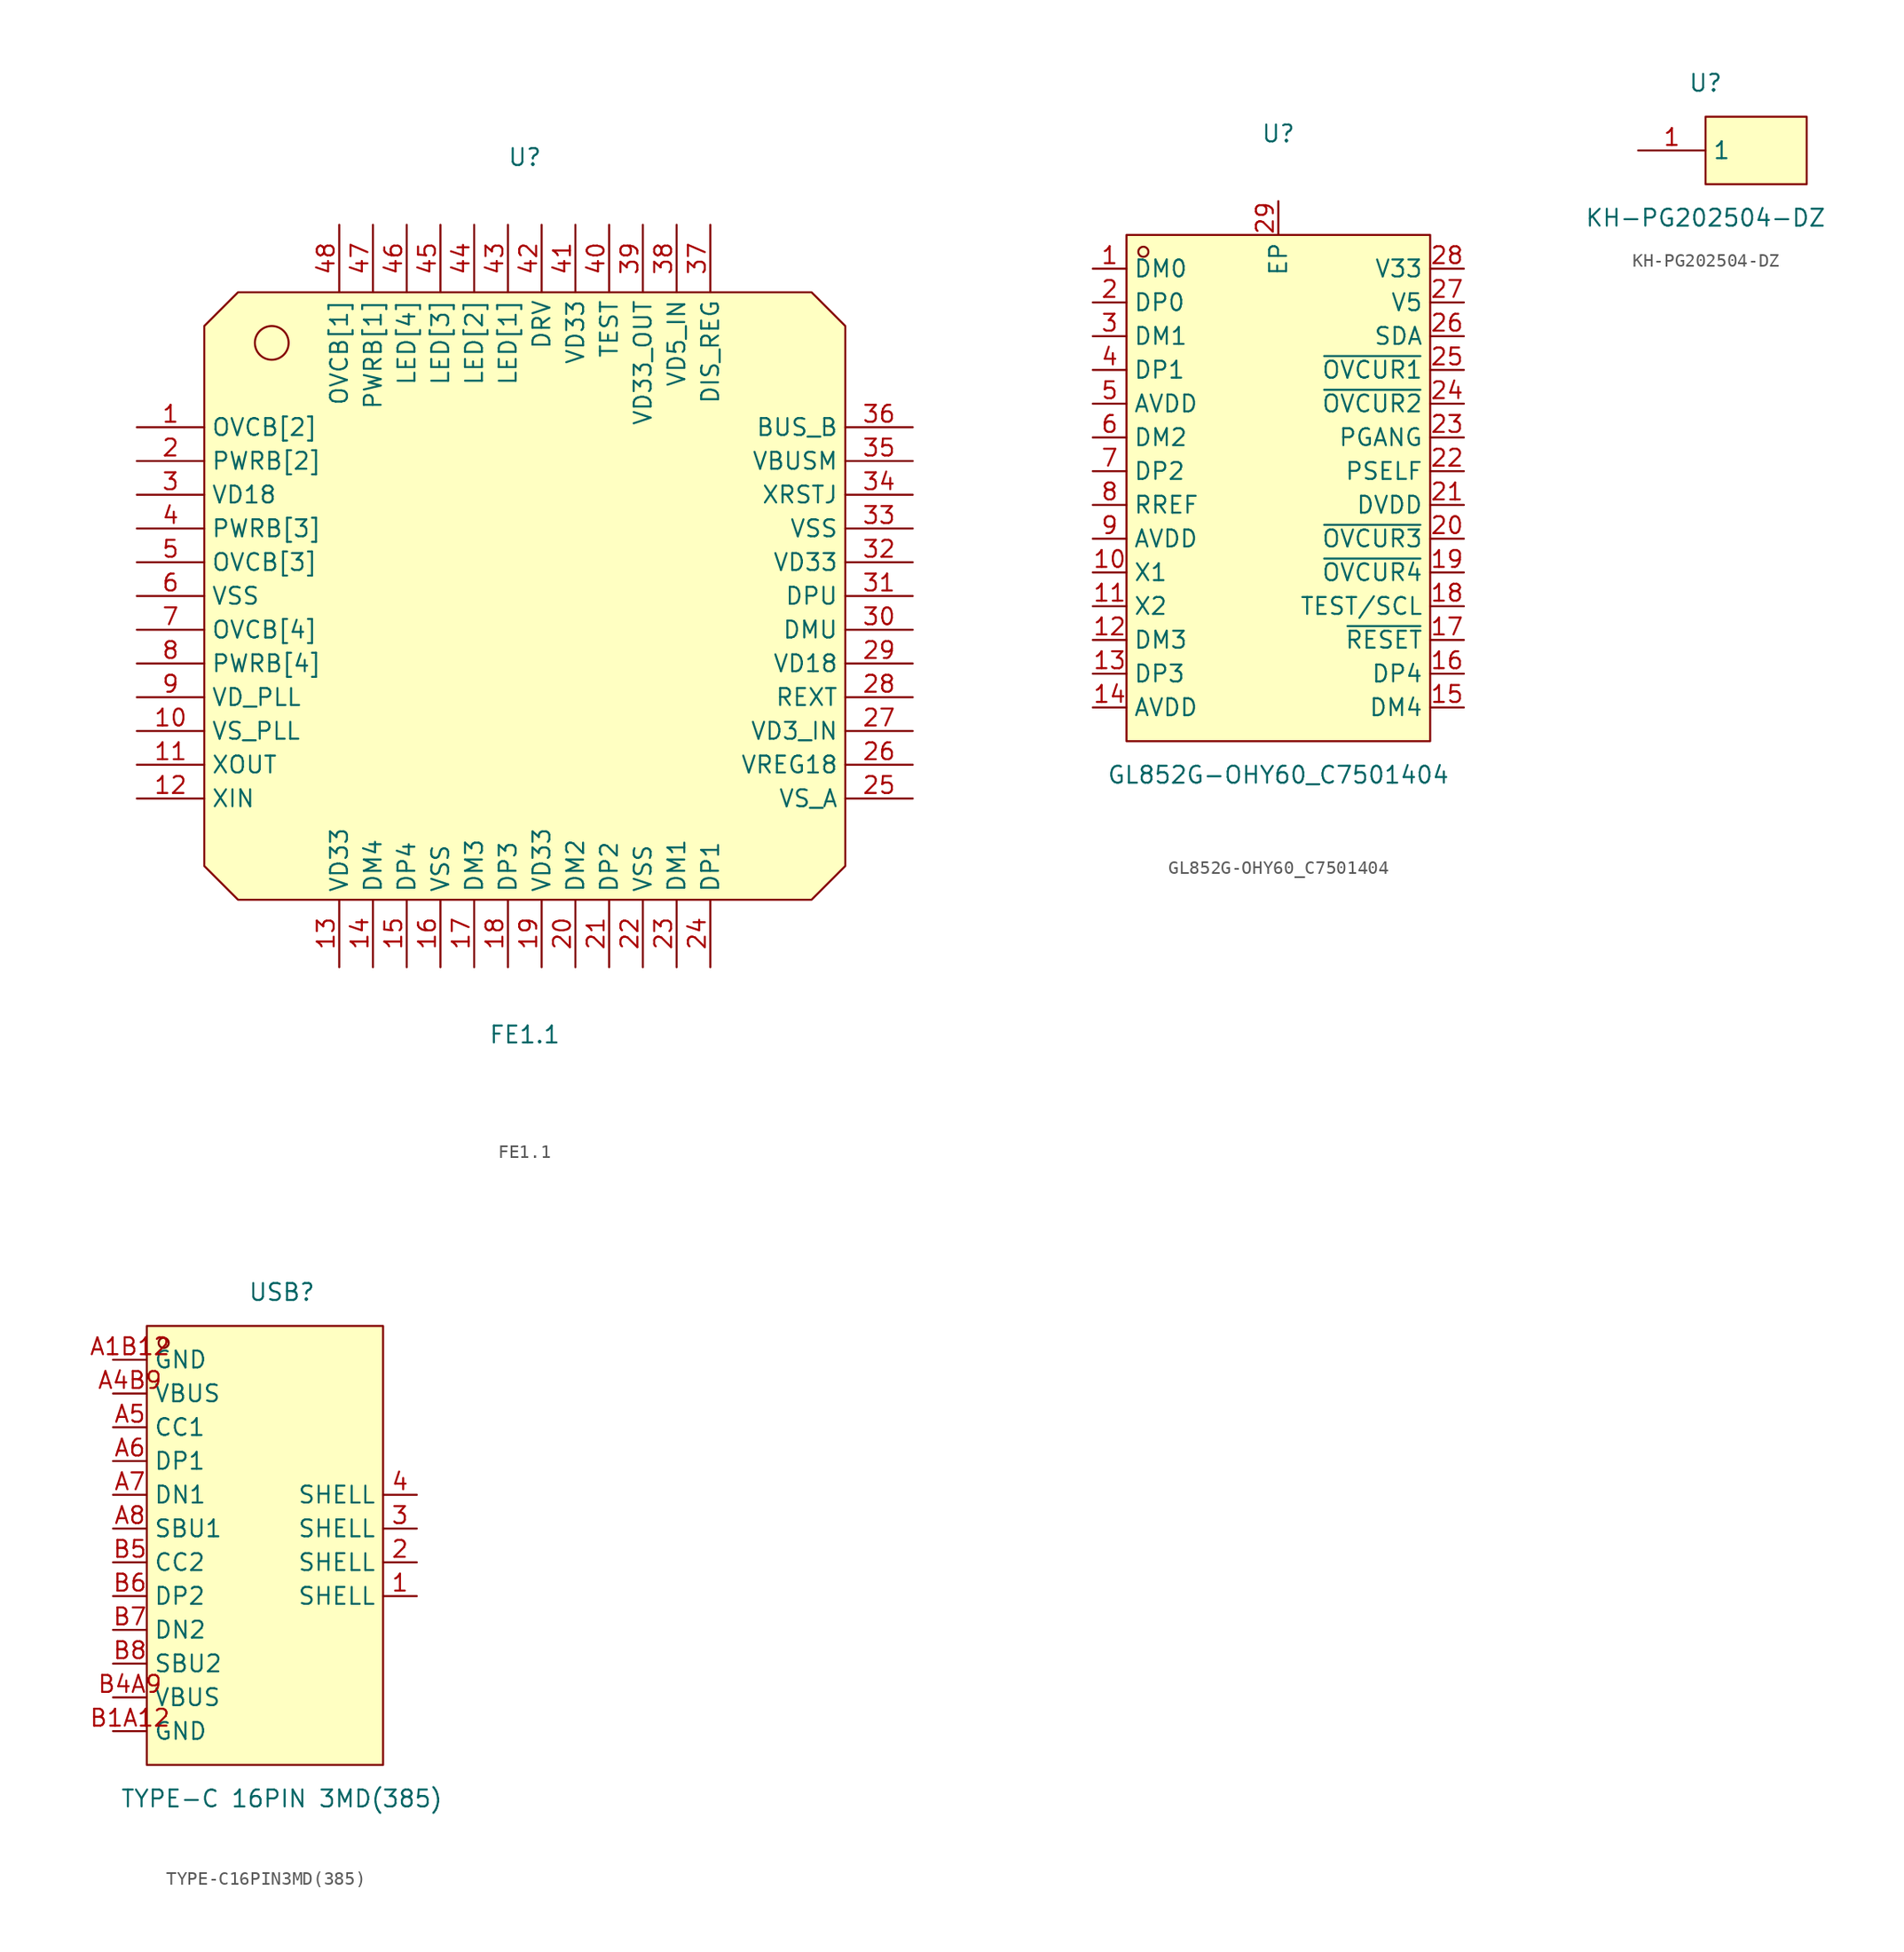
<source format=kicad_sym>
(kicad_symbol_lib
  (version 20211014)
  (generator https://github.com/uPesy/easyeda2kicad.py)
  (symbol "FE1.1"
    (property "Reference" "U"
      (at 0 33.02 0)
      (effects (font (size 1.27 1.27))))
    (property "Value" "FE1.1"
      (at 0 -33.02 0)
      (effects (font (size 1.27 1.27))))
    (symbol "FE1.1_0_1"
      (circle (center -19.05 19.05) (radius 1.27) (stroke (width 0) (type default) (color 0 0 0 0)) (fill (type none)))
      (polyline (pts (xy -21.59 22.86) (xy 21.59 22.86) (xy 24.13 20.32) (xy 24.13 -20.32) (xy 21.59 -22.86) (xy -21.59 -22.86) (xy -24.13 -20.32) (xy -24.13 20.32) (xy -21.59 22.86)) (stroke (width 0) (type default) (color 0 0 0 0)) (fill (type background)))
      (pin unspecified line (at -29.21 12.70 0) (length 5.08) (name "OVCB[2]" (effects (font (size 1.27 1.27)))) (number "1" (effects (font (size 1.27 1.27)))))
      (pin unspecified line (at -29.21 10.16 0) (length 5.08) (name "PWRB[2]" (effects (font (size 1.27 1.27)))) (number "2" (effects (font (size 1.27 1.27)))))
      (pin unspecified line (at -29.21 7.62 0) (length 5.08) (name "VD18" (effects (font (size 1.27 1.27)))) (number "3" (effects (font (size 1.27 1.27)))))
      (pin unspecified line (at -29.21 5.08 0) (length 5.08) (name "PWRB[3]" (effects (font (size 1.27 1.27)))) (number "4" (effects (font (size 1.27 1.27)))))
      (pin unspecified line (at -29.21 2.54 0) (length 5.08) (name "OVCB[3]" (effects (font (size 1.27 1.27)))) (number "5" (effects (font (size 1.27 1.27)))))
      (pin unspecified line (at -29.21 -0.00 0) (length 5.08) (name "VSS" (effects (font (size 1.27 1.27)))) (number "6" (effects (font (size 1.27 1.27)))))
      (pin unspecified line (at -29.21 -2.54 0) (length 5.08) (name "OVCB[4]" (effects (font (size 1.27 1.27)))) (number "7" (effects (font (size 1.27 1.27)))))
      (pin unspecified line (at -29.21 -5.08 0) (length 5.08) (name "PWRB[4]" (effects (font (size 1.27 1.27)))) (number "8" (effects (font (size 1.27 1.27)))))
      (pin unspecified line (at -29.21 -7.62 0) (length 5.08) (name "VD_PLL" (effects (font (size 1.27 1.27)))) (number "9" (effects (font (size 1.27 1.27)))))
      (pin unspecified line (at -29.21 -10.16 0) (length 5.08) (name "VS_PLL" (effects (font (size 1.27 1.27)))) (number "10" (effects (font (size 1.27 1.27)))))
      (pin unspecified line (at -29.21 -12.70 0) (length 5.08) (name "XOUT" (effects (font (size 1.27 1.27)))) (number "11" (effects (font (size 1.27 1.27)))))
      (pin unspecified line (at -29.21 -15.24 0) (length 5.08) (name "XIN" (effects (font (size 1.27 1.27)))) (number "12" (effects (font (size 1.27 1.27)))))
      (pin unspecified line (at -13.97 -27.94 90) (length 5.08) (name "VD33" (effects (font (size 1.27 1.27)))) (number "13" (effects (font (size 1.27 1.27)))))
      (pin unspecified line (at -11.43 -27.94 90) (length 5.08) (name "DM4" (effects (font (size 1.27 1.27)))) (number "14" (effects (font (size 1.27 1.27)))))
      (pin unspecified line (at -8.89 -27.94 90) (length 5.08) (name "DP4" (effects (font (size 1.27 1.27)))) (number "15" (effects (font (size 1.27 1.27)))))
      (pin unspecified line (at -6.35 -27.94 90) (length 5.08) (name "VSS" (effects (font (size 1.27 1.27)))) (number "16" (effects (font (size 1.27 1.27)))))
      (pin unspecified line (at -3.81 -27.94 90) (length 5.08) (name "DM3" (effects (font (size 1.27 1.27)))) (number "17" (effects (font (size 1.27 1.27)))))
      (pin unspecified line (at -1.27 -27.94 90) (length 5.08) (name "DP3" (effects (font (size 1.27 1.27)))) (number "18" (effects (font (size 1.27 1.27)))))
      (pin unspecified line (at 1.27 -27.94 90) (length 5.08) (name "VD33" (effects (font (size 1.27 1.27)))) (number "19" (effects (font (size 1.27 1.27)))))
      (pin unspecified line (at 3.81 -27.94 90) (length 5.08) (name "DM2" (effects (font (size 1.27 1.27)))) (number "20" (effects (font (size 1.27 1.27)))))
      (pin unspecified line (at 6.35 -27.94 90) (length 5.08) (name "DP2" (effects (font (size 1.27 1.27)))) (number "21" (effects (font (size 1.27 1.27)))))
      (pin unspecified line (at 8.89 -27.94 90) (length 5.08) (name "VSS" (effects (font (size 1.27 1.27)))) (number "22" (effects (font (size 1.27 1.27)))))
      (pin unspecified line (at 11.43 -27.94 90) (length 5.08) (name "DM1" (effects (font (size 1.27 1.27)))) (number "23" (effects (font (size 1.27 1.27)))))
      (pin unspecified line (at 13.97 -27.94 90) (length 5.08) (name "DP1" (effects (font (size 1.27 1.27)))) (number "24" (effects (font (size 1.27 1.27)))))
      (pin unspecified line (at 29.21 -15.24 180) (length 5.08) (name "VS_A" (effects (font (size 1.27 1.27)))) (number "25" (effects (font (size 1.27 1.27)))))
      (pin unspecified line (at 29.21 -12.70 180) (length 5.08) (name "VREG18" (effects (font (size 1.27 1.27)))) (number "26" (effects (font (size 1.27 1.27)))))
      (pin unspecified line (at 29.21 -10.16 180) (length 5.08) (name "VD3_IN" (effects (font (size 1.27 1.27)))) (number "27" (effects (font (size 1.27 1.27)))))
      (pin unspecified line (at 29.21 -7.62 180) (length 5.08) (name "REXT" (effects (font (size 1.27 1.27)))) (number "28" (effects (font (size 1.27 1.27)))))
      (pin unspecified line (at 29.21 -5.08 180) (length 5.08) (name "VD18" (effects (font (size 1.27 1.27)))) (number "29" (effects (font (size 1.27 1.27)))))
      (pin unspecified line (at 29.21 -2.54 180) (length 5.08) (name "DMU" (effects (font (size 1.27 1.27)))) (number "30" (effects (font (size 1.27 1.27)))))
      (pin unspecified line (at 29.21 -0.00 180) (length 5.08) (name "DPU" (effects (font (size 1.27 1.27)))) (number "31" (effects (font (size 1.27 1.27)))))
      (pin unspecified line (at 29.21 2.54 180) (length 5.08) (name "VD33" (effects (font (size 1.27 1.27)))) (number "32" (effects (font (size 1.27 1.27)))))
      (pin unspecified line (at 29.21 5.08 180) (length 5.08) (name "VSS" (effects (font (size 1.27 1.27)))) (number "33" (effects (font (size 1.27 1.27)))))
      (pin unspecified line (at 29.21 7.62 180) (length 5.08) (name "XRSTJ" (effects (font (size 1.27 1.27)))) (number "34" (effects (font (size 1.27 1.27)))))
      (pin unspecified line (at 29.21 10.16 180) (length 5.08) (name "VBUSM" (effects (font (size 1.27 1.27)))) (number "35" (effects (font (size 1.27 1.27)))))
      (pin unspecified line (at 29.21 12.70 180) (length 5.08) (name "BUS_B" (effects (font (size 1.27 1.27)))) (number "36" (effects (font (size 1.27 1.27)))))
      (pin unspecified line (at 13.97 27.94 270) (length 5.08) (name "DIS_REG" (effects (font (size 1.27 1.27)))) (number "37" (effects (font (size 1.27 1.27)))))
      (pin unspecified line (at 11.43 27.94 270) (length 5.08) (name "VD5_IN" (effects (font (size 1.27 1.27)))) (number "38" (effects (font (size 1.27 1.27)))))
      (pin unspecified line (at 8.89 27.94 270) (length 5.08) (name "VD33_OUT" (effects (font (size 1.27 1.27)))) (number "39" (effects (font (size 1.27 1.27)))))
      (pin unspecified line (at 6.35 27.94 270) (length 5.08) (name "TEST" (effects (font (size 1.27 1.27)))) (number "40" (effects (font (size 1.27 1.27)))))
      (pin unspecified line (at 3.81 27.94 270) (length 5.08) (name "VD33" (effects (font (size 1.27 1.27)))) (number "41" (effects (font (size 1.27 1.27)))))
      (pin unspecified line (at 1.27 27.94 270) (length 5.08) (name "DRV" (effects (font (size 1.27 1.27)))) (number "42" (effects (font (size 1.27 1.27)))))
      (pin unspecified line (at -1.27 27.94 270) (length 5.08) (name "LED[1]" (effects (font (size 1.27 1.27)))) (number "43" (effects (font (size 1.27 1.27)))))
      (pin unspecified line (at -3.81 27.94 270) (length 5.08) (name "LED[2]" (effects (font (size 1.27 1.27)))) (number "44" (effects (font (size 1.27 1.27)))))
      (pin unspecified line (at -6.35 27.94 270) (length 5.08) (name "LED[3]" (effects (font (size 1.27 1.27)))) (number "45" (effects (font (size 1.27 1.27)))))
      (pin unspecified line (at -8.89 27.94 270) (length 5.08) (name "LED[4]" (effects (font (size 1.27 1.27)))) (number "46" (effects (font (size 1.27 1.27)))))
      (pin unspecified line (at -11.43 27.94 270) (length 5.08) (name "PWRB[1]" (effects (font (size 1.27 1.27)))) (number "47" (effects (font (size 1.27 1.27)))))
      (pin unspecified line (at -13.97 27.94 270) (length 5.08) (name "OVCB[1]" (effects (font (size 1.27 1.27)))) (number "48" (effects (font (size 1.27 1.27)))))))
  (symbol "GL852G-OHY60_C7501404"
    (property "Reference" "U"
      (at 0 26.67 0)
      (effects (font (size 1.27 1.27))))
    (property "Value" "GL852G-OHY60_C7501404"
      (at 0 -21.59 0)
      (effects (font (size 1.27 1.27))))
    (symbol "GL852G-OHY60_C7501404_0_1"
      (rectangle (start -11.43 19.05) (end 11.43 -19.05) (stroke (width 0) (type default) (color 0 0 0 0)) (fill (type background)))
      (circle (center -10.16 17.78) (radius 0.38) (stroke (width 0) (type default) (color 0 0 0 0)) (fill (type none)))
      (pin unspecified line (at -13.97 16.51 0) (length 2.54) (name "DM0" (effects (font (size 1.27 1.27)))) (number "1" (effects (font (size 1.27 1.27)))))
      (pin unspecified line (at -13.97 13.97 0) (length 2.54) (name "DP0" (effects (font (size 1.27 1.27)))) (number "2" (effects (font (size 1.27 1.27)))))
      (pin unspecified line (at -13.97 11.43 0) (length 2.54) (name "DM1" (effects (font (size 1.27 1.27)))) (number "3" (effects (font (size 1.27 1.27)))))
      (pin unspecified line (at -13.97 8.89 0) (length 2.54) (name "DP1" (effects (font (size 1.27 1.27)))) (number "4" (effects (font (size 1.27 1.27)))))
      (pin unspecified line (at -13.97 6.35 0) (length 2.54) (name "AVDD" (effects (font (size 1.27 1.27)))) (number "5" (effects (font (size 1.27 1.27)))))
      (pin unspecified line (at -13.97 3.81 0) (length 2.54) (name "DM2" (effects (font (size 1.27 1.27)))) (number "6" (effects (font (size 1.27 1.27)))))
      (pin unspecified line (at -13.97 1.27 0) (length 2.54) (name "DP2" (effects (font (size 1.27 1.27)))) (number "7" (effects (font (size 1.27 1.27)))))
      (pin unspecified line (at -13.97 -1.27 0) (length 2.54) (name "RREF" (effects (font (size 1.27 1.27)))) (number "8" (effects (font (size 1.27 1.27)))))
      (pin unspecified line (at -13.97 -3.81 0) (length 2.54) (name "AVDD" (effects (font (size 1.27 1.27)))) (number "9" (effects (font (size 1.27 1.27)))))
      (pin unspecified line (at -13.97 -6.35 0) (length 2.54) (name "X1" (effects (font (size 1.27 1.27)))) (number "10" (effects (font (size 1.27 1.27)))))
      (pin unspecified line (at -13.97 -8.89 0) (length 2.54) (name "X2" (effects (font (size 1.27 1.27)))) (number "11" (effects (font (size 1.27 1.27)))))
      (pin unspecified line (at -13.97 -11.43 0) (length 2.54) (name "DM3" (effects (font (size 1.27 1.27)))) (number "12" (effects (font (size 1.27 1.27)))))
      (pin unspecified line (at -13.97 -13.97 0) (length 2.54) (name "DP3" (effects (font (size 1.27 1.27)))) (number "13" (effects (font (size 1.27 1.27)))))
      (pin unspecified line (at -13.97 -16.51 0) (length 2.54) (name "AVDD" (effects (font (size 1.27 1.27)))) (number "14" (effects (font (size 1.27 1.27)))))
      (pin unspecified line (at 13.97 -16.51 180) (length 2.54) (name "DM4" (effects (font (size 1.27 1.27)))) (number "15" (effects (font (size 1.27 1.27)))))
      (pin unspecified line (at 13.97 -13.97 180) (length 2.54) (name "DP4" (effects (font (size 1.27 1.27)))) (number "16" (effects (font (size 1.27 1.27)))))
      (pin unspecified line (at 13.97 -11.43 180) (length 2.54) (name "~{RESET}" (effects (font (size 1.27 1.27)))) (number "17" (effects (font (size 1.27 1.27)))))
      (pin unspecified line (at 13.97 -8.89 180) (length 2.54) (name "TEST/SCL" (effects (font (size 1.27 1.27)))) (number "18" (effects (font (size 1.27 1.27)))))
      (pin unspecified line (at 13.97 -6.35 180) (length 2.54) (name "~{OVCUR4}" (effects (font (size 1.27 1.27)))) (number "19" (effects (font (size 1.27 1.27)))))
      (pin unspecified line (at 13.97 -3.81 180) (length 2.54) (name "~{OVCUR3}" (effects (font (size 1.27 1.27)))) (number "20" (effects (font (size 1.27 1.27)))))
      (pin unspecified line (at 13.97 -1.27 180) (length 2.54) (name "DVDD" (effects (font (size 1.27 1.27)))) (number "21" (effects (font (size 1.27 1.27)))))
      (pin unspecified line (at 13.97 1.27 180) (length 2.54) (name "PSELF" (effects (font (size 1.27 1.27)))) (number "22" (effects (font (size 1.27 1.27)))))
      (pin unspecified line (at 13.97 3.81 180) (length 2.54) (name "PGANG" (effects (font (size 1.27 1.27)))) (number "23" (effects (font (size 1.27 1.27)))))
      (pin unspecified line (at 13.97 6.35 180) (length 2.54) (name "~{OVCUR2}" (effects (font (size 1.27 1.27)))) (number "24" (effects (font (size 1.27 1.27)))))
      (pin unspecified line (at 13.97 8.89 180) (length 2.54) (name "~{OVCUR1}" (effects (font (size 1.27 1.27)))) (number "25" (effects (font (size 1.27 1.27)))))
      (pin unspecified line (at 13.97 11.43 180) (length 2.54) (name "SDA" (effects (font (size 1.27 1.27)))) (number "26" (effects (font (size 1.27 1.27)))))
      (pin unspecified line (at 13.97 13.97 180) (length 2.54) (name "V5" (effects (font (size 1.27 1.27)))) (number "27" (effects (font (size 1.27 1.27)))))
      (pin unspecified line (at 13.97 16.51 180) (length 2.54) (name "V33" (effects (font (size 1.27 1.27)))) (number "28" (effects (font (size 1.27 1.27)))))
      (pin unspecified line (at 0.00 21.59 270) (length 2.54) (name "EP" (effects (font (size 1.27 1.27)))) (number "29" (effects (font (size 1.27 1.27)))))))
  (symbol "KH-PG202504-DZ"
    (property "Reference" "U"
      (at 0 5.08 0)
      (effects (font (size 1.27 1.27))))
    (property "Value" "KH-PG202504-DZ"
      (at 0 -5.08 0)
      (effects (font (size 1.27 1.27))))
    (symbol "KH-PG202504-DZ_0_1"
      (rectangle (start 0.00 2.54) (end 7.62 -2.54) (stroke (width 0) (type default) (color 0 0 0 0)) (fill (type background)))
      (pin unspecified line (at -5.08 -0.00 0) (length 5.08) (name "1" (effects (font (size 1.27 1.27)))) (number "1" (effects (font (size 1.27 1.27)))))))
  (symbol "TYPE-C16PIN3MD(385)"
    (property "Reference" "USB"
      (at 0 20.32 0)
      (effects (font (size 1.27 1.27))))
    (property "Value" "TYPE-C 16PIN 3MD(385)"
      (at 0 -17.78 0)
      (effects (font (size 1.27 1.27))))
    (symbol "TYPE-C16PIN3MD(385)_0_1"
      (rectangle (start -10.16 17.78) (end 7.62 -15.24) (stroke (width 0) (type default) (color 0 0 0 0)) (fill (type background)))
      (circle (center -8.89 16.51) (radius 0.38) (stroke (width 0) (type default) (color 0 0 0 0)) (fill (type none)))
      (pin unspecified line (at 10.16 5.08 180) (length 2.54) (name "SHELL" (effects (font (size 1.27 1.27)))) (number "4" (effects (font (size 1.27 1.27)))))
      (pin unspecified line (at 10.16 2.54 180) (length 2.54) (name "SHELL" (effects (font (size 1.27 1.27)))) (number "3" (effects (font (size 1.27 1.27)))))
      (pin unspecified line (at 10.16 -0.00 180) (length 2.54) (name "SHELL" (effects (font (size 1.27 1.27)))) (number "2" (effects (font (size 1.27 1.27)))))
      (pin unspecified line (at 10.16 -2.54 180) (length 2.54) (name "SHELL" (effects (font (size 1.27 1.27)))) (number "1" (effects (font (size 1.27 1.27)))))
      (pin unspecified line (at -12.70 -12.70 0) (length 2.54) (name "GND" (effects (font (size 1.27 1.27)))) (number "B1A12" (effects (font (size 1.27 1.27)))))
      (pin unspecified line (at -12.70 -10.16 0) (length 2.54) (name "VBUS" (effects (font (size 1.27 1.27)))) (number "B4A9" (effects (font (size 1.27 1.27)))))
      (pin unspecified line (at -12.70 -7.62 0) (length 2.54) (name "SBU2" (effects (font (size 1.27 1.27)))) (number "B8" (effects (font (size 1.27 1.27)))))
      (pin unspecified line (at -12.70 -5.08 0) (length 2.54) (name "DN2" (effects (font (size 1.27 1.27)))) (number "B7" (effects (font (size 1.27 1.27)))))
      (pin unspecified line (at -12.70 -2.54 0) (length 2.54) (name "DP2" (effects (font (size 1.27 1.27)))) (number "B6" (effects (font (size 1.27 1.27)))))
      (pin unspecified line (at -12.70 -0.00 0) (length 2.54) (name "CC2" (effects (font (size 1.27 1.27)))) (number "B5" (effects (font (size 1.27 1.27)))))
      (pin unspecified line (at -12.70 2.54 0) (length 2.54) (name "SBU1" (effects (font (size 1.27 1.27)))) (number "A8" (effects (font (size 1.27 1.27)))))
      (pin unspecified line (at -12.70 5.08 0) (length 2.54) (name "DN1" (effects (font (size 1.27 1.27)))) (number "A7" (effects (font (size 1.27 1.27)))))
      (pin unspecified line (at -12.70 7.62 0) (length 2.54) (name "DP1" (effects (font (size 1.27 1.27)))) (number "A6" (effects (font (size 1.27 1.27)))))
      (pin unspecified line (at -12.70 10.16 0) (length 2.54) (name "CC1" (effects (font (size 1.27 1.27)))) (number "A5" (effects (font (size 1.27 1.27)))))
      (pin unspecified line (at -12.70 12.70 0) (length 2.54) (name "VBUS" (effects (font (size 1.27 1.27)))) (number "A4B9" (effects (font (size 1.27 1.27)))))
      (pin unspecified line (at -12.70 15.24 0) (length 2.54) (name "GND" (effects (font (size 1.27 1.27)))) (number "A1B12" (effects (font (size 1.27 1.27))))))))
</source>
